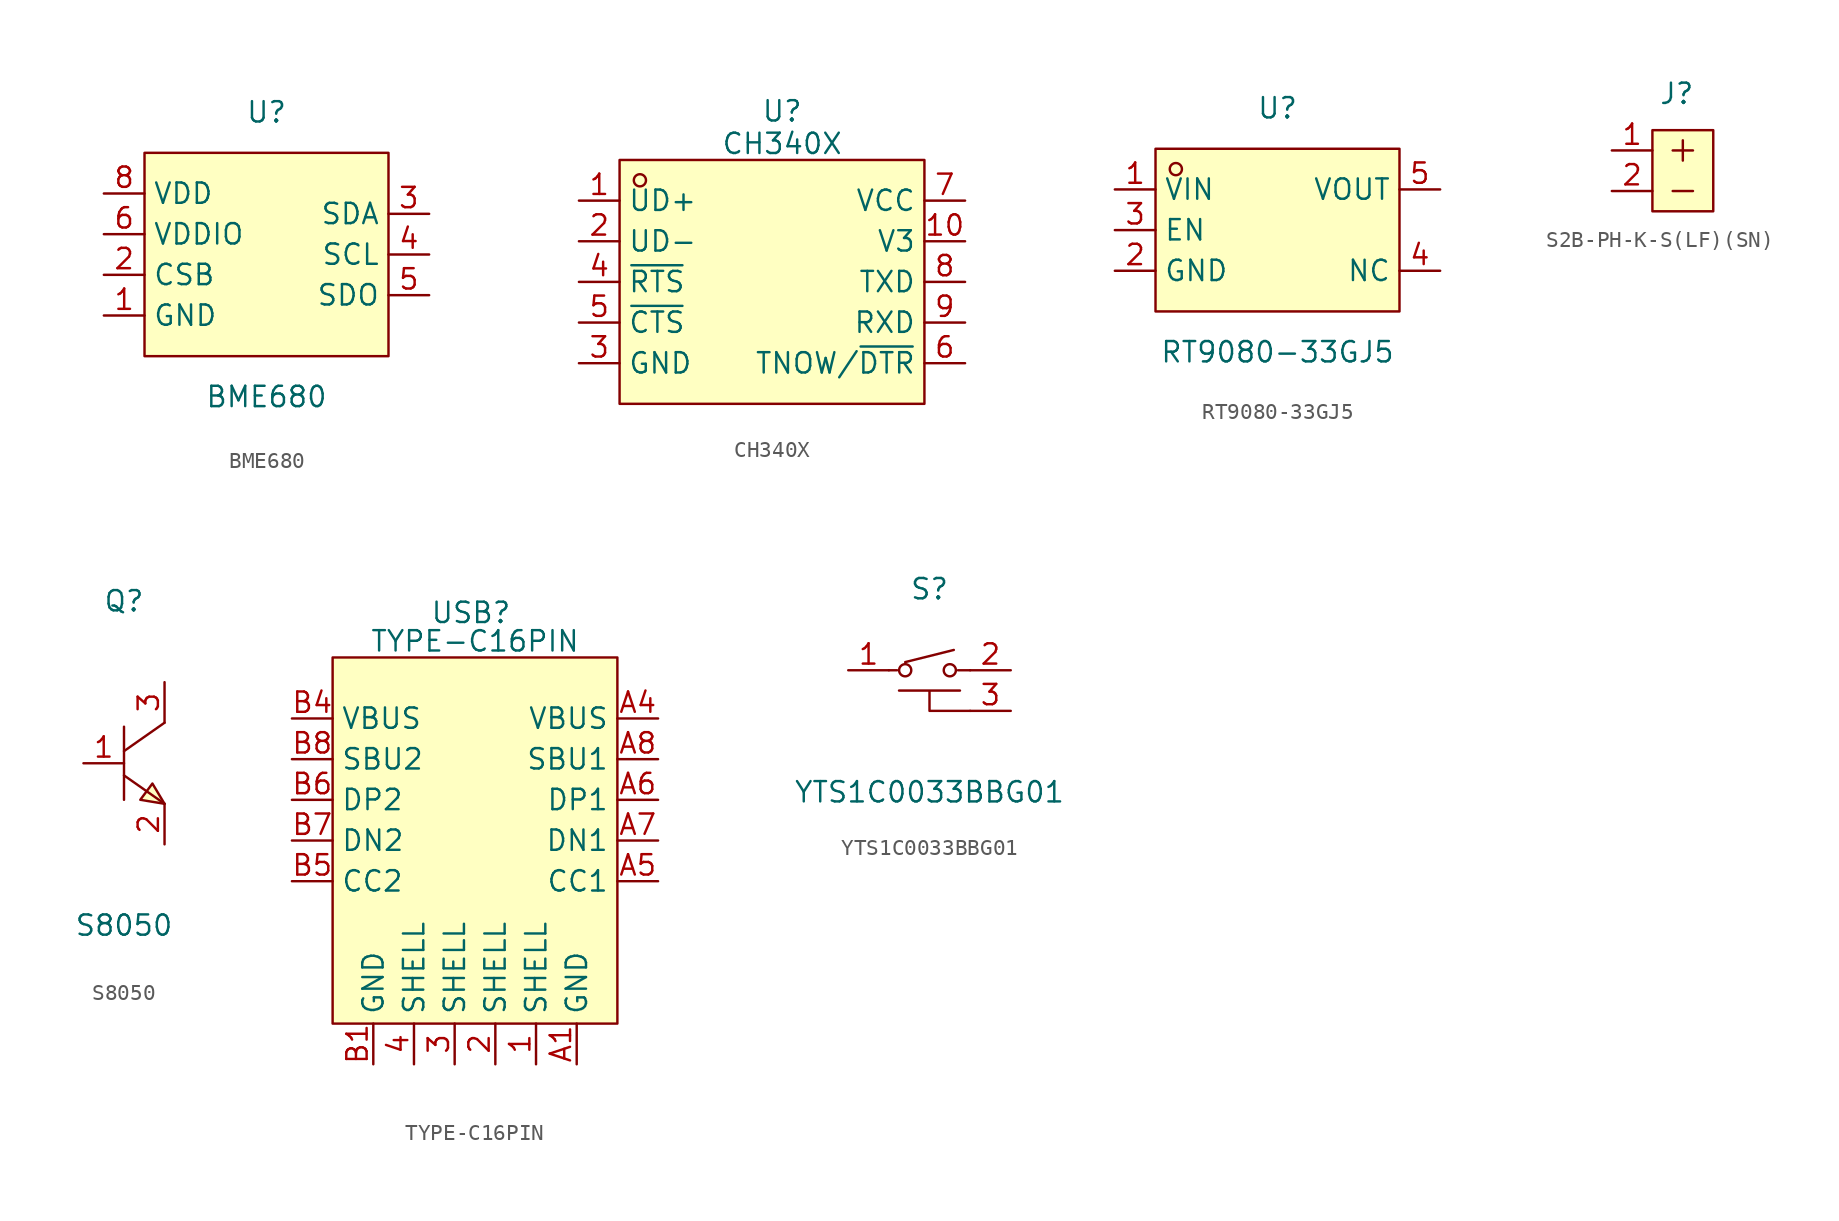
<source format=kicad_sym>
(kicad_symbol_lib
  (version 20241209)
  (generator "kicad_symbol_editor")
  (generator_version "9.0")
  (symbol "BME680"
    (property "Reference" "U"
      (at 0 8.89 0)
      (effects (font (size 1.27 1.27))))
    (property "Value" "BME680"
      (at 0 -8.89 0)
      (effects (font (size 1.27 1.27))))
    (symbol "BME680_0_1"
      (rectangle (start -7.62 6.35) (end 7.62 -6.35) (stroke (width 0) (type default)) (fill (type background)))
      (pin unspecified line (at -10.16 3.81 0) (length 2.54) (name "VDD" (effects (font (size 1.27 1.27)))) (number "8" (effects (font (size 1.27 1.27)))))
      (pin unspecified line (at -10.16 1.27 0) (length 2.54) (name "VDDIO" (effects (font (size 1.27 1.27)))) (number "6" (effects (font (size 1.27 1.27)))))
      (pin unspecified line (at -10.16 -1.27 0) (length 2.54) (name "CSB" (effects (font (size 1.27 1.27)))) (number "2" (effects (font (size 1.27 1.27)))))
      (pin unspecified line (at -10.16 -3.81 0) (length 2.54) (name "GND" (effects (font (size 1.27 1.27)))) (number "1" (effects (font (size 1.27 1.27)))))
      (pin unspecified line (at 10.16 -2.54 180) (length 2.54) (name "SDO" (effects (font (size 1.27 1.27)))) (number "5" (effects (font (size 1.27 1.27))))))
    (symbol "BME680_1_1"
      (pin unspecified line (at 10.16 2.54 180) (length 2.54) (name "SDA" (effects (font (size 1.27 1.27)))) (number "3" (effects (font (size 1.27 1.27)))))
      (pin unspecified line (at 10.16 0 180) (length 2.54) (name "SCL" (effects (font (size 1.27 1.27)))) (number "4" (effects (font (size 1.27 1.27)))))))
  (symbol "CH340X"
    (property "Reference" "U"
      (at 0 10.668 0)
      (effects (font (size 1.27 1.27))))
    (property "Value" "CH340X"
      (at 0 8.636 0)
      (effects (font (size 1.27 1.27))))
    (symbol "CH340X_0_1"
      (rectangle (start -10.16 7.62) (end 8.89 -7.62) (stroke (width 0) (type default)) (fill (type background)))
      (circle (center -8.89 6.35) (radius 0.38) (stroke (width 0) (type default)) (fill (type none)))
      (pin unspecified line (at -12.7 5.08 0) (length 2.54) (name "UD+" (effects (font (size 1.27 1.27)))) (number "1" (effects (font (size 1.27 1.27)))))
      (pin unspecified line (at -12.7 2.54 0) (length 2.54) (name "UD-" (effects (font (size 1.27 1.27)))) (number "2" (effects (font (size 1.27 1.27)))))
      (pin unspecified line (at -12.7 0 0) (length 2.54) (name "~{RTS}" (effects (font (size 1.27 1.27)))) (number "4" (effects (font (size 1.27 1.27)))))
      (pin unspecified line (at -12.7 -2.54 0) (length 2.54) (name "~{CTS}" (effects (font (size 1.27 1.27)))) (number "5" (effects (font (size 1.27 1.27)))))
      (pin unspecified line (at -12.7 -5.08 0) (length 2.54) (name "GND" (effects (font (size 1.27 1.27)))) (number "3" (effects (font (size 1.27 1.27)))))
      (pin unspecified line (at 11.43 5.08 180) (length 2.54) (name "VCC" (effects (font (size 1.27 1.27)))) (number "7" (effects (font (size 1.27 1.27)))))
      (pin unspecified line (at 11.43 2.54 180) (length 2.54) (name "V3" (effects (font (size 1.27 1.27)))) (number "10" (effects (font (size 1.27 1.27)))))
      (pin unspecified line (at 11.43 0 180) (length 2.54) (name "TXD" (effects (font (size 1.27 1.27)))) (number "8" (effects (font (size 1.27 1.27)))))
      (pin unspecified line (at 11.43 -2.54 180) (length 2.54) (name "RXD" (effects (font (size 1.27 1.27)))) (number "9" (effects (font (size 1.27 1.27)))))
      (pin unspecified line (at 11.43 -5.08 180) (length 2.54) (name "TNOW/~{DTR}" (effects (font (size 1.27 1.27)))) (number "6" (effects (font (size 1.27 1.27)))))))
  (symbol "RT9080-33GJ5"
    (property "Reference" "U"
      (at 0 7.62 0)
      (effects (font (size 1.27 1.27))))
    (property "Value" "RT9080-33GJ5"
      (at 0 -7.62 0)
      (effects (font (size 1.27 1.27))))
    (symbol "RT9080-33GJ5_0_1"
      (rectangle (start -7.62 5.08) (end 7.62 -5.08) (stroke (width 0) (type default)) (fill (type background)))
      (circle (center -6.35 3.81) (radius 0.38) (stroke (width 0) (type default)) (fill (type none)))
      (pin unspecified line (at -10.16 2.54 0) (length 2.54) (name "VIN" (effects (font (size 1.27 1.27)))) (number "1" (effects (font (size 1.27 1.27)))))
      (pin unspecified line (at -10.16 0 0) (length 2.54) (name "EN" (effects (font (size 1.27 1.27)))) (number "3" (effects (font (size 1.27 1.27)))))
      (pin unspecified line (at -10.16 -2.54 0) (length 2.54) (name "GND" (effects (font (size 1.27 1.27)))) (number "2" (effects (font (size 1.27 1.27)))))
      (pin unspecified line (at 10.16 2.54 180) (length 2.54) (name "VOUT" (effects (font (size 1.27 1.27)))) (number "5" (effects (font (size 1.27 1.27)))))
      (pin unspecified line (at 10.16 -2.54 180) (length 2.54) (name "NC" (effects (font (size 1.27 1.27)))) (number "4" (effects (font (size 1.27 1.27)))))))
  (symbol "S2B-PH-K-S(LF)(SN)"
    (pin_names
      (hide yes))
    (property "Reference" "J"
      (at -1.016 4.826 0)
      (effects (font (size 1.27 1.27))))
    (symbol "S2B-PH-K-S(LF)(SN)_0_1"
      (rectangle (start -2.54 2.54) (end 1.27 -2.54) (stroke (width 0) (type default)) (fill (type background)))
      (polyline (pts (xy -1.27 -1.27) (xy 0 -1.27)) (stroke (width 0) (type default)) (fill (type none)))
      (polyline (pts (xy -0.635 1.27) (xy -1.27 1.27) (xy 0 1.27) (xy -0.635 1.27) (xy -0.635 1.905) (xy -0.635 0.635) (xy -0.635 1.27)) (stroke (width 0) (type default)) (fill (type none)))
      (pin unspecified line (at -5.08 1.27 0) (length 2.54) (name "1" (effects (font (size 1.27 1.27)))) (number "1" (effects (font (size 1.27 1.27)))))
      (pin unspecified line (at -5.08 -1.27 0) (length 2.54) (name "2" (effects (font (size 1.27 1.27)))) (number "2" (effects (font (size 1.27 1.27)))))))
  (symbol "S8050"
    (pin_names
      (hide yes))
    (property "Reference" "Q"
      (at 0 10.16 0)
      (effects (font (size 1.27 1.27))))
    (property "Value" "S8050"
      (at 0 -10.16 0)
      (effects (font (size 1.27 1.27))))
    (symbol "S8050_0_1"
      (polyline (pts (xy 0 2.29) (xy 0 -2.29)) (stroke (width 0) (type default)) (fill (type none)))
      (polyline (pts (xy 0 -0.76) (xy 2.54 -2.54)) (stroke (width 0) (type default)) (fill (type none)))
      (polyline (pts (xy 2.54 2.54) (xy 0 0.76)) (stroke (width 0) (type default)) (fill (type none)))
      (polyline (pts (xy 2.54 -2.54) (xy 1.78 -1.27) (xy 1.02 -2.29) (xy 2.54 -2.54)) (stroke (width 0) (type default)) (fill (type background)))
      (pin input line (at -2.54 0 0) (length 2.54) (name "1" (effects (font (size 1.27 1.27)))) (number "1" (effects (font (size 1.27 1.27)))))
      (pin input line (at 2.54 5.08 270) (length 2.54) (name "3" (effects (font (size 1.27 1.27)))) (number "3" (effects (font (size 1.27 1.27)))))
      (pin input line (at 2.54 -5.08 90) (length 2.54) (name "2" (effects (font (size 1.27 1.27)))) (number "2" (effects (font (size 1.27 1.27)))))))
  (symbol "TYPE-C16PIN"
    (property "Reference" "USB"
      (at -0.254 12.954 0)
      (effects (font (size 1.27 1.27))))
    (property "Value" "TYPE-C16PIN"
      (at 0 11.176 0)
      (effects (font (size 1.27 1.27))))
    (symbol "TYPE-C16PIN_0_1"
      (rectangle (start -8.89 10.16) (end 8.89 -12.7) (stroke (width 0) (type default)) (fill (type background)))
      (pin unspecified line (at -11.43 6.35 0) (length 2.54) (name "VBUS" (effects (font (size 1.27 1.27)))) (number "B4" (effects (font (size 1.27 1.27)))))
      (pin unspecified line (at -11.43 3.81 0) (length 2.54) (name "SBU2" (effects (font (size 1.27 1.27)))) (number "B8" (effects (font (size 1.27 1.27)))))
      (pin unspecified line (at -11.43 1.27 0) (length 2.54) (name "DP2" (effects (font (size 1.27 1.27)))) (number "B6" (effects (font (size 1.27 1.27)))))
      (pin unspecified line (at -11.43 -1.27 0) (length 2.54) (name "DN2" (effects (font (size 1.27 1.27)))) (number "B7" (effects (font (size 1.27 1.27)))))
      (pin unspecified line (at -11.43 -3.81 0) (length 2.54) (name "CC2" (effects (font (size 1.27 1.27)))) (number "B5" (effects (font (size 1.27 1.27)))))
      (pin unspecified line (at -6.35 -15.24 90) (length 2.54) (name "GND" (effects (font (size 1.27 1.27)))) (number "B1" (effects (font (size 1.27 1.27)))))
      (pin unspecified line (at -3.81 -15.24 90) (length 2.54) (name "SHELL" (effects (font (size 1.27 1.27)))) (number "4" (effects (font (size 1.27 1.27)))))
      (pin unspecified line (at -1.27 -15.24 90) (length 2.54) (name "SHELL" (effects (font (size 1.27 1.27)))) (number "3" (effects (font (size 1.27 1.27)))))
      (pin unspecified line (at 1.27 -15.24 90) (length 2.54) (name "SHELL" (effects (font (size 1.27 1.27)))) (number "2" (effects (font (size 1.27 1.27)))))
      (pin unspecified line (at 3.81 -15.24 90) (length 2.54) (name "SHELL" (effects (font (size 1.27 1.27)))) (number "1" (effects (font (size 1.27 1.27)))))
      (pin unspecified line (at 6.35 -15.24 90) (length 2.54) (name "GND" (effects (font (size 1.27 1.27)))) (number "A1" (effects (font (size 1.27 1.27)))))
      (pin unspecified line (at 11.43 6.35 180) (length 2.54) (name "VBUS" (effects (font (size 1.27 1.27)))) (number "A4" (effects (font (size 1.27 1.27)))))
      (pin unspecified line (at 11.43 3.81 180) (length 2.54) (name "SBU1" (effects (font (size 1.27 1.27)))) (number "A8" (effects (font (size 1.27 1.27)))))
      (pin unspecified line (at 11.43 1.27 180) (length 2.54) (name "DP1" (effects (font (size 1.27 1.27)))) (number "A6" (effects (font (size 1.27 1.27)))))
      (pin unspecified line (at 11.43 -1.27 180) (length 2.54) (name "DN1" (effects (font (size 1.27 1.27)))) (number "A7" (effects (font (size 1.27 1.27)))))
      (pin unspecified line (at 11.43 -3.81 180) (length 2.54) (name "CC1" (effects (font (size 1.27 1.27)))) (number "A5" (effects (font (size 1.27 1.27)))))))
  (symbol "YTS1C0033BBG01"
    (pin_names
      (hide yes))
    (property "Reference" "S"
      (at 0 5.08 0)
      (effects (font (size 1.27 1.27))))
    (property "Value" "YTS1C0033BBG01"
      (at 0 -7.62 0)
      (effects (font (size 1.27 1.27))))
    (symbol "YTS1C0033BBG01_0_1"
      (polyline (pts (xy -2.03 0) (xy -2.54 0)) (stroke (width 0) (type default)) (fill (type none)))
      (polyline (pts (xy -1.52 0.51) (xy 1.52 1.27)) (stroke (width 0) (type default)) (fill (type none)))
      (circle (center -1.52 0) (radius 0.38) (stroke (width 0) (type default)) (fill (type none)))
      (circle (center 1.27 0) (radius 0.38) (stroke (width 0) (type default)) (fill (type none)))
      (polyline (pts (xy 1.78 0) (xy 2.54 0)) (stroke (width 0) (type default)) (fill (type none)))
      (polyline (pts (xy 2.54 -2.54) (xy 0 -2.54) (xy 0 -1.27) (xy -1.905 -1.27) (xy 1.905 -1.27)) (stroke (width 0) (type default)) (fill (type none)))
      (pin unspecified line (at -5.08 0 0) (length 2.54) (name "1" (effects (font (size 1.27 1.27)))) (number "1" (effects (font (size 1.27 1.27)))))
      (pin unspecified line (at 5.08 0 180) (length 2.54) (name "2" (effects (font (size 1.27 1.27)))) (number "2" (effects (font (size 1.27 1.27))))))
    (symbol "YTS1C0033BBG01_1_1"
      (pin unspecified line (at 5.08 -2.54 180) (length 2.54) (name "4" (effects (font (size 1.27 1.27)))) (number "3" (effects (font (size 1.27 1.27))))))))
</source>
